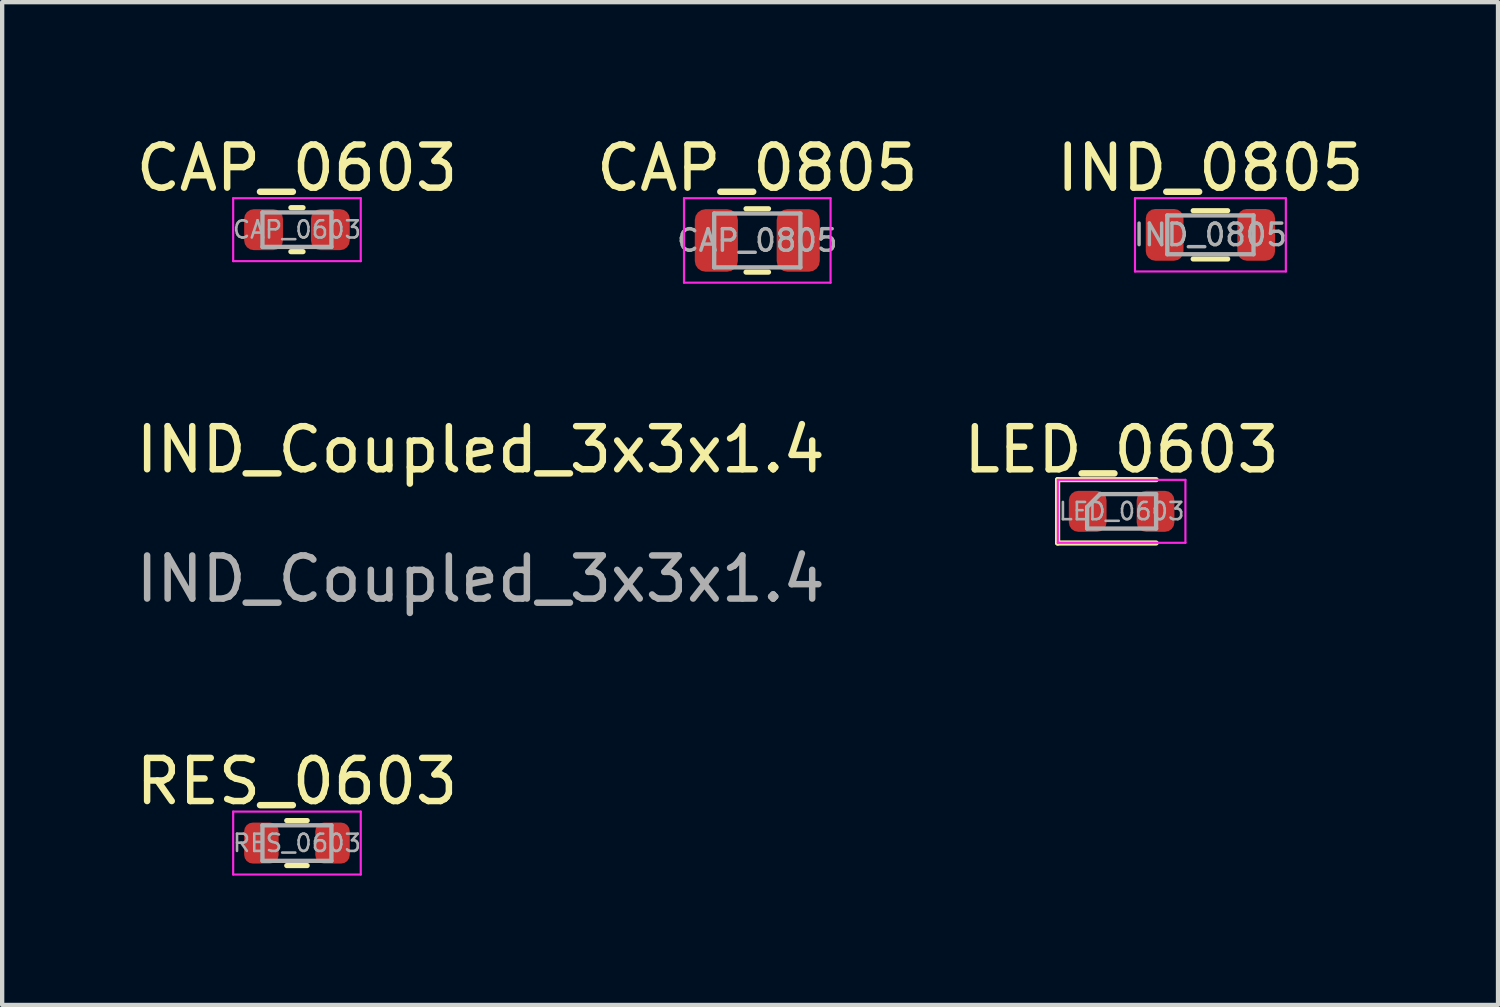
<source format=kicad_pcb>
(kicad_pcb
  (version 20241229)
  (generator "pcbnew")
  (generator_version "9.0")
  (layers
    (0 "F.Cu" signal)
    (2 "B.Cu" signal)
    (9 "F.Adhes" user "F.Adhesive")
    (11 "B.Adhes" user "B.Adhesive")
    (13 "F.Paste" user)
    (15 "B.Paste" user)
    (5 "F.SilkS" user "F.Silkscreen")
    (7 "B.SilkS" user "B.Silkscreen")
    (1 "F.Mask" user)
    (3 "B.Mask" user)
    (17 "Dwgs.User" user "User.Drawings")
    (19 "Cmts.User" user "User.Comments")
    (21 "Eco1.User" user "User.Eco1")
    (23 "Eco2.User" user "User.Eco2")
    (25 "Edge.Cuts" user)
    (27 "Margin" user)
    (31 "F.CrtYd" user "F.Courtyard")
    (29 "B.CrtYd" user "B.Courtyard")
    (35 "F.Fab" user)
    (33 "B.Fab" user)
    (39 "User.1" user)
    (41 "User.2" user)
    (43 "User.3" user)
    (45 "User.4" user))
  (footprint "IND_Coupled_3x3x1.4"
    (layer "F.Cu")
    (at 8.101 7.881)
    (property "Reference" "IND_Coupled_3x3x1.4" (at 0 -0.5 0) (unlocked yes) (layer "F.SilkS") (effects (font (size 1 1) (thickness 0.15))))
    (attr smd)
    (fp_text user "${REFERENCE}" (at 0 2.5 0) (unlocked yes) (layer "F.Fab") (effects (font (size 1 1) (thickness 0.15)))))
  (footprint "CAP_0603"
    (layer "F.Cu")
    (at 3.839 2.278)
    (property "Reference" "CAP_0603" (at 0 -1.43 0) (layer "F.SilkS") (effects (font (size 1 1) (thickness 0.15))))
    (attr smd)
    (fp_line (start -0.141 -0.51) (end 0.141 -0.51) (stroke (width 0.12) (type solid)) (layer "F.SilkS"))
    (fp_line (start -0.141 0.51) (end 0.141 0.51) (stroke (width 0.12) (type solid)) (layer "F.SilkS"))
    (fp_line (start -1.48 -0.73) (end 1.48 -0.73) (stroke (width 0.05) (type solid)) (layer "F.CrtYd"))
    (fp_line (start -1.48 0.73) (end -1.48 -0.73) (stroke (width 0.05) (type solid)) (layer "F.CrtYd"))
    (fp_line (start 1.48 -0.73) (end 1.48 0.73) (stroke (width 0.05) (type solid)) (layer "F.CrtYd"))
    (fp_line (start 1.48 0.73) (end -1.48 0.73) (stroke (width 0.05) (type solid)) (layer "F.CrtYd"))
    (fp_line (start -0.8 -0.4) (end 0.8 -0.4) (stroke (width 0.1) (type solid)) (layer "F.Fab"))
    (fp_line (start -0.8 0.4) (end -0.8 -0.4) (stroke (width 0.1) (type solid)) (layer "F.Fab"))
    (fp_line (start 0.8 -0.4) (end 0.8 0.4) (stroke (width 0.1) (type solid)) (layer "F.Fab"))
    (fp_line (start 0.8 0.4) (end -0.8 0.4) (stroke (width 0.1) (type solid)) (layer "F.Fab"))
    (fp_text user "${REFERENCE}" (at 0 0 0) (layer "F.Fab") (effects (font (size 0.4 0.4) (thickness 0.06))))
    (pad "1" smd roundrect (at -0.775 0) (size 0.9 0.95) (layers "F.Cu" "F.Mask" "F.Paste") (roundrect_rratio 0.25))
    (pad "2" smd roundrect (at 0.775 0) (size 0.9 0.95) (layers "F.Cu" "F.Mask" "F.Paste") (roundrect_rratio 0.25)))
  (footprint "IND_0805"
    (layer "F.Cu")
    (at 25.03 2.398)
    (property "Reference" "IND_0805" (at 0 -1.55 0) (layer "F.SilkS") (effects (font (size 1 1) (thickness 0.15))))
    (attr smd)
    (fp_line (start -0.4 -0.56) (end 0.4 -0.56) (stroke (width 0.12) (type solid)) (layer "F.SilkS"))
    (fp_line (start -0.4 0.56) (end 0.4 0.56) (stroke (width 0.12) (type solid)) (layer "F.SilkS"))
    (fp_line (start -1.75 -0.85) (end 1.75 -0.85) (stroke (width 0.05) (type solid)) (layer "F.CrtYd"))
    (fp_line (start -1.75 0.85) (end -1.75 -0.85) (stroke (width 0.05) (type solid)) (layer "F.CrtYd"))
    (fp_line (start 1.75 -0.85) (end 1.75 0.85) (stroke (width 0.05) (type solid)) (layer "F.CrtYd"))
    (fp_line (start 1.75 0.85) (end -1.75 0.85) (stroke (width 0.05) (type solid)) (layer "F.CrtYd"))
    (fp_line (start -1 -0.45) (end 1 -0.45) (stroke (width 0.1) (type solid)) (layer "F.Fab"))
    (fp_line (start -1 0.45) (end -1 -0.45) (stroke (width 0.1) (type solid)) (layer "F.Fab"))
    (fp_line (start 1 -0.45) (end 1 0.45) (stroke (width 0.1) (type solid)) (layer "F.Fab"))
    (fp_line (start 1 0.45) (end -1 0.45) (stroke (width 0.1) (type solid)) (layer "F.Fab"))
    (fp_text user "${REFERENCE}" (at 0 0 0) (layer "F.Fab") (effects (font (size 0.5 0.5) (thickness 0.08))))
    (pad "1" smd roundrect (at -1.062 0) (size 0.875 1.2) (layers "F.Cu" "F.Mask" "F.Paste") (roundrect_rratio 0.25))
    (pad "2" smd roundrect (at 1.062 0) (size 0.875 1.2) (layers "F.Cu" "F.Mask" "F.Paste") (roundrect_rratio 0.25)))
  (footprint "RES_0603"
    (layer "F.Cu")
    (at 3.839 16.508)
    (property "Reference" "RES_0603" (at 0 -1.43 0) (layer "F.SilkS") (effects (font (size 1 1) (thickness 0.15))))
    (attr smd)
    (fp_line (start -0.237 -0.522) (end 0.237 -0.522) (stroke (width 0.12) (type solid)) (layer "F.SilkS"))
    (fp_line (start -0.237 0.522) (end 0.237 0.522) (stroke (width 0.12) (type solid)) (layer "F.SilkS"))
    (fp_line (start -1.48 -0.73) (end 1.48 -0.73) (stroke (width 0.05) (type solid)) (layer "F.CrtYd"))
    (fp_line (start -1.48 0.73) (end -1.48 -0.73) (stroke (width 0.05) (type solid)) (layer "F.CrtYd"))
    (fp_line (start 1.48 -0.73) (end 1.48 0.73) (stroke (width 0.05) (type solid)) (layer "F.CrtYd"))
    (fp_line (start 1.48 0.73) (end -1.48 0.73) (stroke (width 0.05) (type solid)) (layer "F.CrtYd"))
    (fp_line (start -0.8 -0.412) (end 0.8 -0.412) (stroke (width 0.1) (type solid)) (layer "F.Fab"))
    (fp_line (start -0.8 0.412) (end -0.8 -0.412) (stroke (width 0.1) (type solid)) (layer "F.Fab"))
    (fp_line (start 0.8 -0.412) (end 0.8 0.412) (stroke (width 0.1) (type solid)) (layer "F.Fab"))
    (fp_line (start 0.8 0.412) (end -0.8 0.412) (stroke (width 0.1) (type solid)) (layer "F.Fab"))
    (fp_text user "${REFERENCE}" (at 0 0 0) (layer "F.Fab") (effects (font (size 0.4 0.4) (thickness 0.06))))
    (pad "1" smd roundrect (at -0.825 0) (size 0.8 0.95) (layers "F.Cu" "F.Mask" "F.Paste") (roundrect_rratio 0.25))
    (pad "2" smd roundrect (at 0.825 0) (size 0.8 0.95) (layers "F.Cu" "F.Mask" "F.Paste") (roundrect_rratio 0.25)))
  (footprint "CAP_0805"
    (layer "F.Cu")
    (at 14.518 2.528)
    (property "Reference" "CAP_0805" (at 0 -1.68 0) (layer "F.SilkS") (effects (font (size 1 1) (thickness 0.15))))
    (attr smd)
    (fp_line (start -0.261 -0.735) (end 0.261 -0.735) (stroke (width 0.12) (type solid)) (layer "F.SilkS"))
    (fp_line (start -0.261 0.735) (end 0.261 0.735) (stroke (width 0.12) (type solid)) (layer "F.SilkS"))
    (fp_line (start -1.7 -0.98) (end 1.7 -0.98) (stroke (width 0.05) (type solid)) (layer "F.CrtYd"))
    (fp_line (start -1.7 0.98) (end -1.7 -0.98) (stroke (width 0.05) (type solid)) (layer "F.CrtYd"))
    (fp_line (start 1.7 -0.98) (end 1.7 0.98) (stroke (width 0.05) (type solid)) (layer "F.CrtYd"))
    (fp_line (start 1.7 0.98) (end -1.7 0.98) (stroke (width 0.05) (type solid)) (layer "F.CrtYd"))
    (fp_line (start -1 -0.625) (end 1 -0.625) (stroke (width 0.1) (type solid)) (layer "F.Fab"))
    (fp_line (start -1 0.625) (end -1 -0.625) (stroke (width 0.1) (type solid)) (layer "F.Fab"))
    (fp_line (start 1 -0.625) (end 1 0.625) (stroke (width 0.1) (type solid)) (layer "F.Fab"))
    (fp_line (start 1 0.625) (end -1 0.625) (stroke (width 0.1) (type solid)) (layer "F.Fab"))
    (fp_text user "${REFERENCE}" (at 0 0 0) (layer "F.Fab") (effects (font (size 0.5 0.5) (thickness 0.08))))
    (pad "1" smd roundrect (at -0.95 0) (size 1 1.45) (layers "F.Cu" "F.Mask" "F.Paste") (roundrect_rratio 0.25))
    (pad "2" smd roundrect (at 0.95 0) (size 1 1.45) (layers "F.Cu" "F.Mask" "F.Paste") (roundrect_rratio 0.25)))
  (footprint "LED_0603"
    (layer "F.Cu")
    (at 22.97 8.812)
    (property "Reference" "LED_0603" (at 0 -1.43 0) (layer "F.SilkS") (effects (font (size 1 1) (thickness 0.15))))
    (attr smd)
    (fp_line (start -1.485 -0.735) (end -1.485 0.735) (stroke (width 0.12) (type solid)) (layer "F.SilkS"))
    (fp_line (start -1.485 0.735) (end 0.8 0.735) (stroke (width 0.12) (type solid)) (layer "F.SilkS"))
    (fp_line (start 0.8 -0.735) (end -1.485 -0.735) (stroke (width 0.12) (type solid)) (layer "F.SilkS"))
    (fp_line (start -1.48 -0.73) (end 1.48 -0.73) (stroke (width 0.05) (type solid)) (layer "F.CrtYd"))
    (fp_line (start -1.48 0.73) (end -1.48 -0.73) (stroke (width 0.05) (type solid)) (layer "F.CrtYd"))
    (fp_line (start 1.48 -0.73) (end 1.48 0.73) (stroke (width 0.05) (type solid)) (layer "F.CrtYd"))
    (fp_line (start 1.48 0.73) (end -1.48 0.73) (stroke (width 0.05) (type solid)) (layer "F.CrtYd"))
    (fp_line (start -0.8 -0.1) (end -0.8 0.4) (stroke (width 0.1) (type solid)) (layer "F.Fab"))
    (fp_line (start -0.8 0.4) (end 0.8 0.4) (stroke (width 0.1) (type solid)) (layer "F.Fab"))
    (fp_line (start -0.5 -0.4) (end -0.8 -0.1) (stroke (width 0.1) (type solid)) (layer "F.Fab"))
    (fp_line (start 0.8 -0.4) (end -0.5 -0.4) (stroke (width 0.1) (type solid)) (layer "F.Fab"))
    (fp_line (start 0.8 0.4) (end 0.8 -0.4) (stroke (width 0.1) (type solid)) (layer "F.Fab"))
    (fp_text user "${REFERENCE}" (at 0 0 0) (layer "F.Fab") (effects (font (size 0.4 0.4) (thickness 0.06))))
    (pad "1" smd roundrect (at -0.787 0) (size 0.875 0.95) (layers "F.Cu" "F.Mask" "F.Paste") (roundrect_rratio 0.25))
    (pad "2" smd roundrect (at 0.787 0) (size 0.875 0.95) (layers "F.Cu" "F.Mask" "F.Paste") (roundrect_rratio 0.25)))
  (gr_rect
    (start -3 -3)
    (end 31.702 20.263)
    (stroke (width 0.1) (type default))
    (fill no)
    (layer "Edge.Cuts")))
</source>
